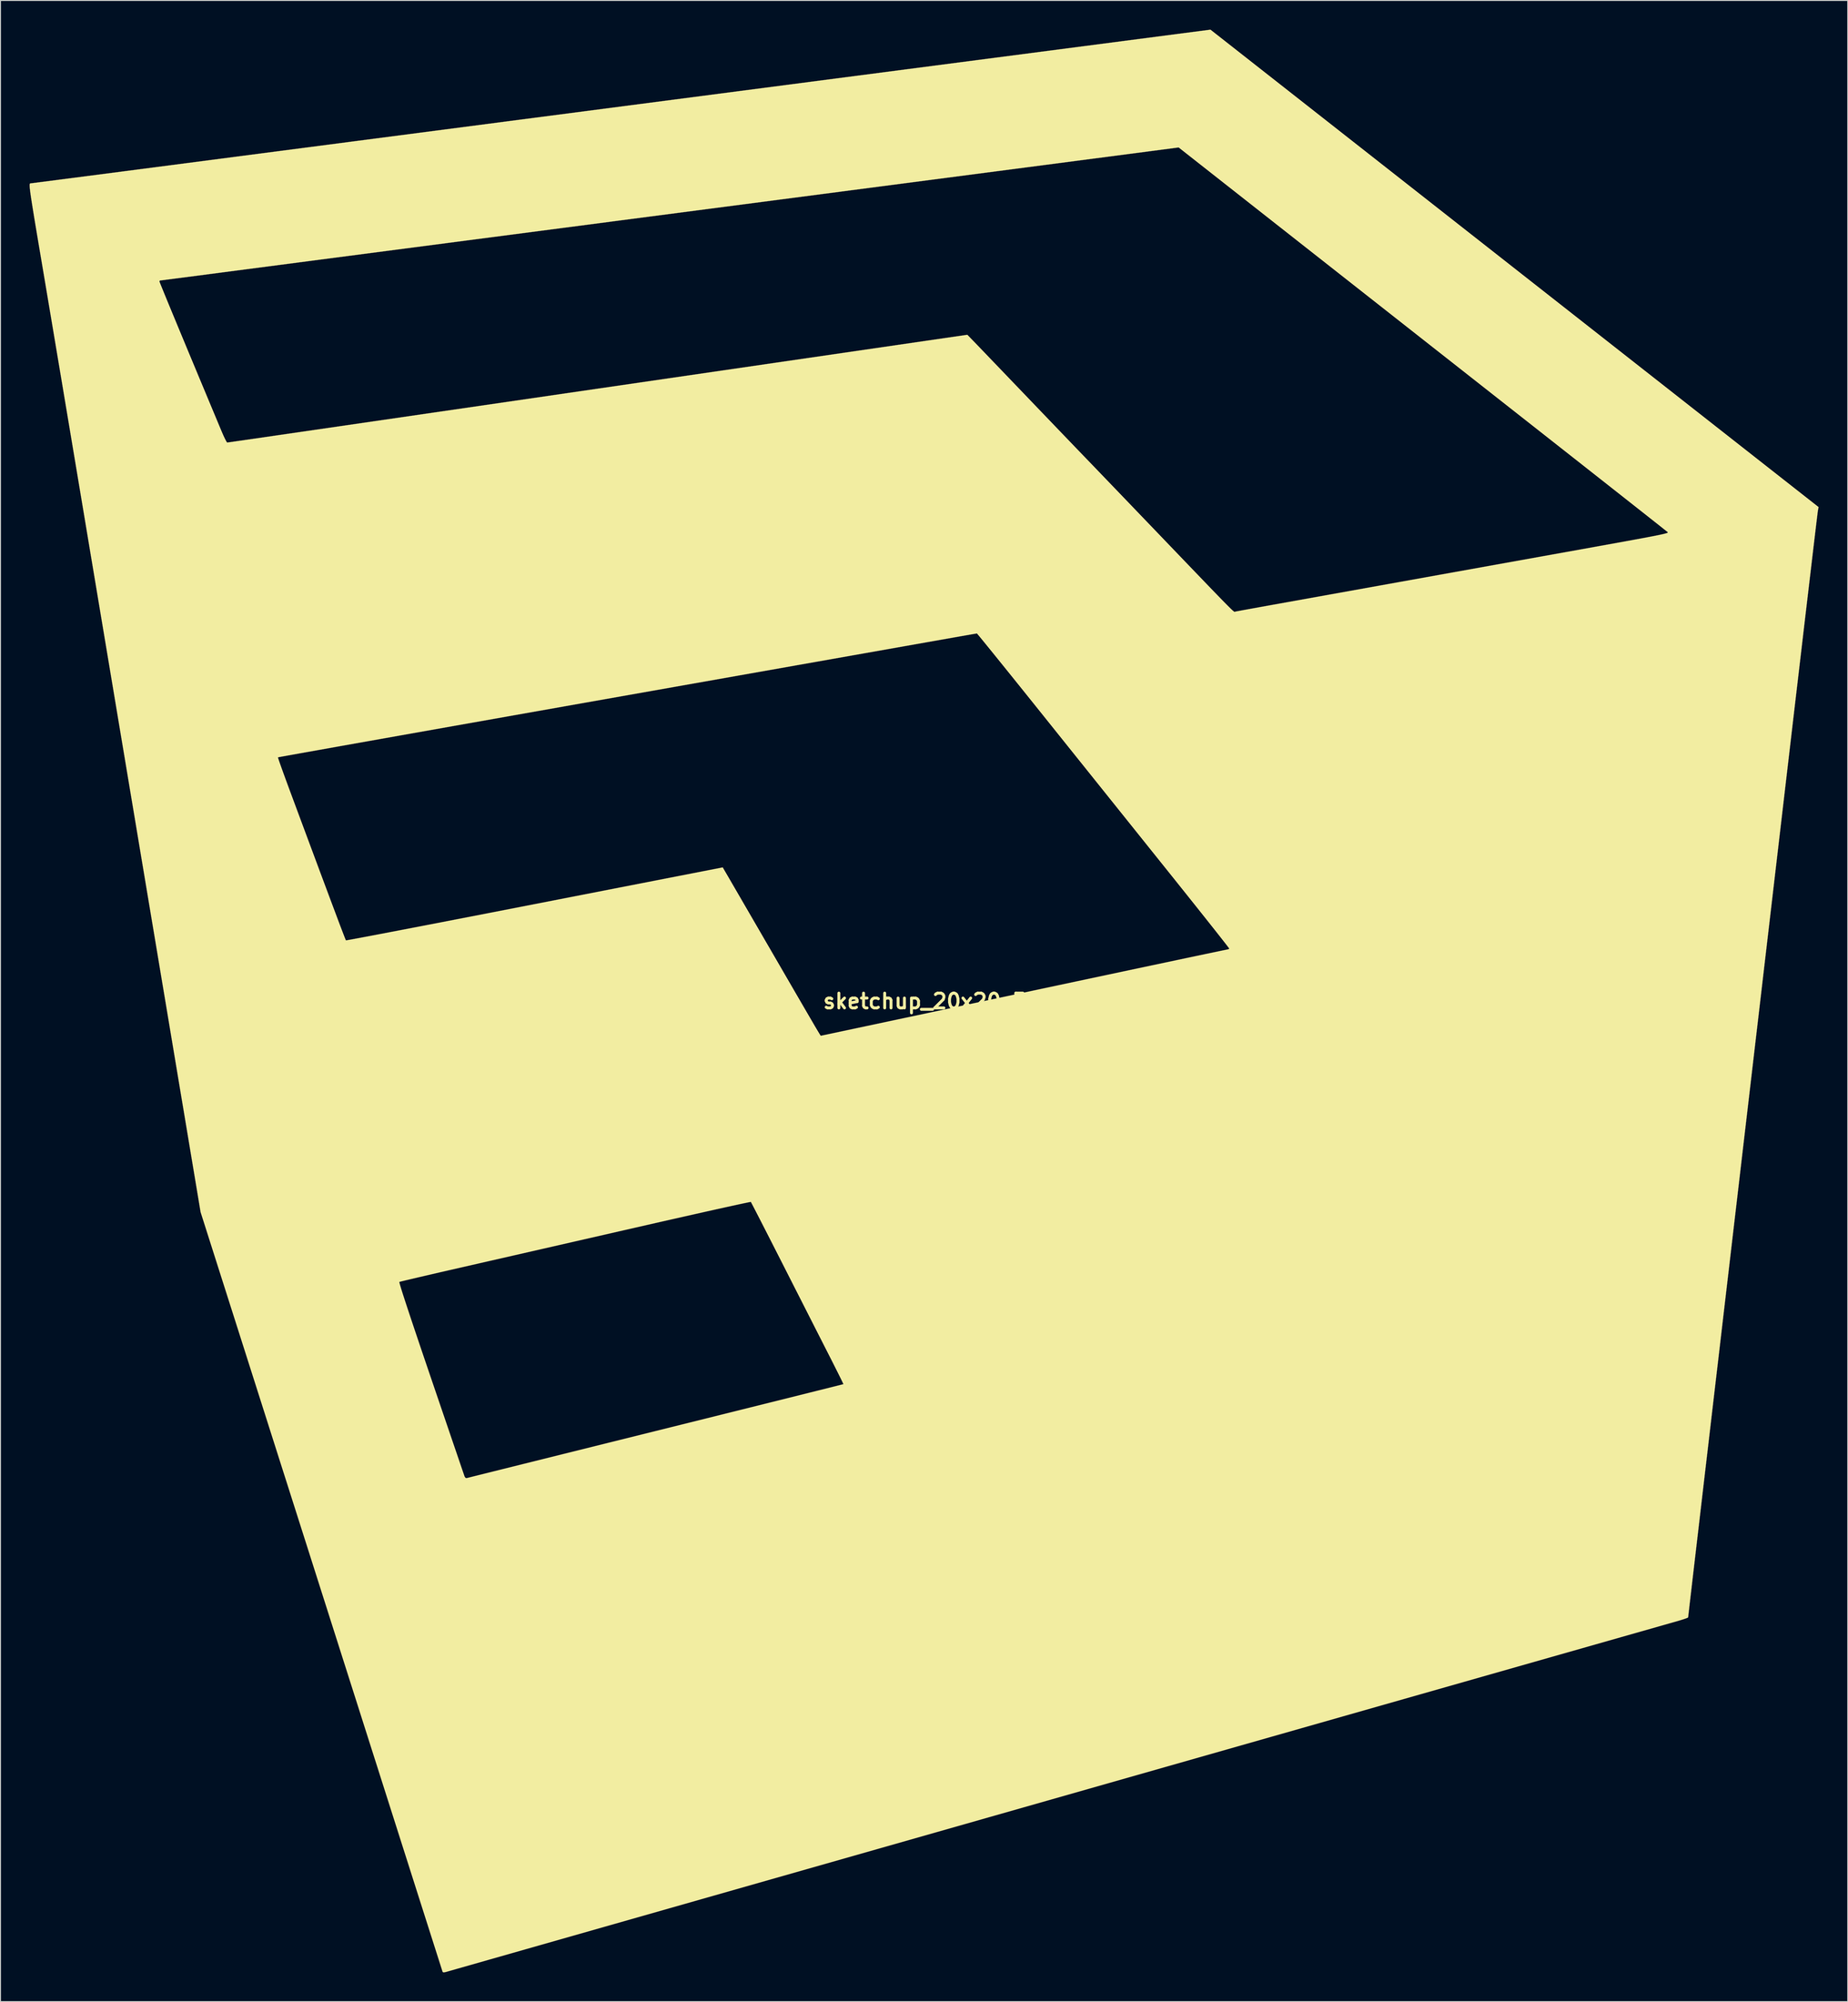
<source format=kicad_pcb>
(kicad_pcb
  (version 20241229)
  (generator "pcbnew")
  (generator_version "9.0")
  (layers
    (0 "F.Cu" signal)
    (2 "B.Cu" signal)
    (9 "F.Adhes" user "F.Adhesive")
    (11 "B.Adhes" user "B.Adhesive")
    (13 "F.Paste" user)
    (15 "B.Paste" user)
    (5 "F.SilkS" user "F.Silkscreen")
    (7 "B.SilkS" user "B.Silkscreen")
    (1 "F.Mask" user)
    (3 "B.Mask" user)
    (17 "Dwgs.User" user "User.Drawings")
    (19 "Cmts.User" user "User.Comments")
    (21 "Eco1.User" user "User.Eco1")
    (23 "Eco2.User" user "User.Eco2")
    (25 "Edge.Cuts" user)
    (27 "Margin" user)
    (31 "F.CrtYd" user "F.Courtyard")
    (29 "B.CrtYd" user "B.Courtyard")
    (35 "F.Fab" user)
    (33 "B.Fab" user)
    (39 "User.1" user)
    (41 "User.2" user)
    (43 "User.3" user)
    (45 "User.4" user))
  (footprint "sketchup_20x20_F"
    (layer "F.Cu")
    (at 92.102 99.983)
    (property "Reference" "sketchup_20x20_F" (at 0 0 0) (layer "F.SilkS") (effects (font (size 1.524 1.524) (thickness 0.3))))
    (attr through_hole)
    (fp_poly (pts (xy 36.138 -94.752) (xy 36.732 -94.286) (xy 37.452 -93.721) (xy 38.291 -93.063) (xy 39.243 -92.316) (xy 40.3 -91.486) (xy 41.457 -90.579) (xy 42.705 -89.599) (xy 44.038 -88.553) (xy 45.45 -87.445) (xy 46.933 -86.281) (xy 48.481 -85.067) (xy 50.086 -83.807) (xy 51.742 -82.508) (xy 53.442 -81.174) (xy 55.178 -79.811) (xy 56.945 -78.425) (xy 58.736 -77.02) (xy 60.542 -75.602) (xy 62.358 -74.177) (xy 64.177 -72.75) (xy 65.659 -71.587) (xy 67.416 -70.208) (xy 69.148 -68.849) (xy 70.85 -67.513) (xy 72.517 -66.206) (xy 74.142 -64.93) (xy 75.722 -63.691) (xy 77.25 -62.492) (xy 78.721 -61.337) (xy 80.13 -60.232) (xy 81.471 -59.179) (xy 82.74 -58.184) (xy 83.93 -57.249) (xy 85.037 -56.381) (xy 86.055 -55.582) (xy 86.979 -54.857) (xy 87.804 -54.21) (xy 88.524 -53.645) (xy 89.133 -53.167) (xy 89.628 -52.779) (xy 90.001 -52.486) (xy 90.248 -52.292) (xy 90.303 -52.249) (xy 92.086 -50.85) (xy 92.015 -50.465) (xy 91.999 -50.352) (xy 91.965 -50.078) (xy 91.913 -49.647) (xy 91.843 -49.067) (xy 91.757 -48.344) (xy 91.654 -47.483) (xy 91.536 -46.491) (xy 91.404 -45.375) (xy 91.258 -44.139) (xy 91.098 -42.791) (xy 90.927 -41.337) (xy 90.743 -39.782) (xy 90.549 -38.134) (xy 90.345 -36.398) (xy 90.131 -34.58) (xy 89.909 -32.687) (xy 89.678 -30.724) (xy 89.44 -28.698) (xy 89.196 -26.616) (xy 88.946 -24.483) (xy 88.691 -22.305) (xy 88.563 -21.209) (xy 88.261 -18.636) (xy 87.943 -15.922) (xy 87.611 -13.083) (xy 87.266 -10.136) (xy 86.91 -7.099) (xy 86.546 -3.99) (xy 86.175 -0.824) (xy 85.8 2.381) (xy 85.422 5.608) (xy 85.043 8.839) (xy 84.666 12.057) (xy 84.292 15.246) (xy 83.924 18.388) (xy 83.564 21.466) (xy 83.212 24.463) (xy 82.873 27.362) (xy 82.546 30.146) (xy 82.236 32.797) (xy 81.942 35.298) (xy 81.919 35.5) (xy 81.666 37.654) (xy 81.419 39.764) (xy 81.177 41.826) (xy 80.942 43.831) (xy 80.715 45.775) (xy 80.495 47.651) (xy 80.284 49.453) (xy 80.083 51.174) (xy 79.891 52.808) (xy 79.711 54.35) (xy 79.542 55.793) (xy 79.386 57.13) (xy 79.243 58.356) (xy 79.113 59.464) (xy 78.999 60.449) (xy 78.899 61.303) (xy 78.815 62.021) (xy 78.749 62.597) (xy 78.699 63.023) (xy 78.668 63.295) (xy 78.656 63.406) (xy 78.655 63.408) (xy 78.578 63.453) (xy 78.364 63.534) (xy 78.04 63.64) (xy 77.632 63.765) (xy 77.279 63.866) (xy 77.082 63.922) (xy 76.729 64.022) (xy 76.227 64.165) (xy 75.584 64.348) (xy 74.805 64.57) (xy 73.899 64.827) (xy 72.871 65.12) (xy 71.731 65.444) (xy 70.483 65.799) (xy 69.135 66.183) (xy 67.695 66.593) (xy 66.169 67.027) (xy 64.564 67.484) (xy 62.888 67.961) (xy 61.146 68.457) (xy 59.347 68.969) (xy 57.498 69.496) (xy 55.604 70.035) (xy 53.674 70.585) (xy 52.874 70.812) (xy 51.201 71.289) (xy 49.374 71.809) (xy 47.404 72.37) (xy 45.3 72.969) (xy 43.072 73.604) (xy 40.73 74.271) (xy 38.282 74.968) (xy 35.74 75.692) (xy 33.111 76.44) (xy 30.408 77.21) (xy 27.638 77.999) (xy 24.811 78.804) (xy 21.938 79.622) (xy 19.027 80.451) (xy 16.09 81.288) (xy 13.134 82.13) (xy 10.17 82.974) (xy 7.208 83.817) (xy 4.257 84.658) (xy 1.327 85.492) (xy -1.572 86.318) (xy -4.431 87.132) (xy -7.241 87.932) (xy -9.567 88.595) (xy -12.095 89.314) (xy -14.583 90.023) (xy -17.025 90.718) (xy -19.417 91.4) (xy -21.755 92.065) (xy -24.032 92.714) (xy -26.244 93.344) (xy -28.386 93.954) (xy -30.453 94.543) (xy -32.44 95.108) (xy -34.341 95.65) (xy -36.153 96.166) (xy -37.869 96.655) (xy -39.485 97.115) (xy -40.997 97.546) (xy -42.398 97.945) (xy -43.683 98.311) (xy -44.849 98.643) (xy -45.89 98.94) (xy -46.8 99.199) (xy -47.576 99.42) (xy -48.211 99.601) (xy -48.701 99.741) (xy -49.041 99.838) (xy -49.226 99.891) (xy -49.259 99.9) (xy -49.471 99.941) (xy -49.569 99.897) (xy -49.577 99.881) (xy -49.606 99.792) (xy -49.684 99.549) (xy -49.808 99.159) (xy -49.978 98.629) (xy -50.189 97.966) (xy -50.441 97.177) (xy -50.73 96.27) (xy -51.055 95.252) (xy -51.413 94.129) (xy -51.802 92.91) (xy -52.22 91.6) (xy -52.663 90.208) (xy -53.131 88.74) (xy -53.621 87.203) (xy -54.13 85.606) (xy -54.656 83.954) (xy -55.198 82.255) (xy -55.576 81.068) (xy -56.198 79.114) (xy -56.867 77.017) (xy -57.575 74.795) (xy -58.316 72.467) (xy -59.086 70.051) (xy -59.878 67.567) (xy -60.686 65.031) (xy -61.504 62.463) (xy -62.327 59.881) (xy -63.148 57.303) (xy -63.962 54.748) (xy -64.763 52.235) (xy -65.545 49.781) (xy -66.303 47.405) (xy -67.029 45.126) (xy -67.719 42.961) (xy -68.016 42.029) (xy -72.206 28.884) (xy -54.038 28.884) (xy -54.029 28.97) (xy -53.966 29.205) (xy -53.85 29.592) (xy -53.68 30.132) (xy -53.456 30.824) (xy -53.178 31.67) (xy -52.845 32.671) (xy -52.458 33.828) (xy -52.015 35.142) (xy -51.517 36.614) (xy -50.963 38.243) (xy -50.761 38.834) (xy -50.336 40.083) (xy -49.924 41.29) (xy -49.53 42.445) (xy -49.158 43.537) (xy -48.81 44.556) (xy -48.49 45.494) (xy -48.201 46.339) (xy -47.947 47.083) (xy -47.731 47.715) (xy -47.557 48.224) (xy -47.427 48.602) (xy -47.346 48.839) (xy -47.317 48.922) (xy -47.208 49.069) (xy -47.096 49.076) (xy -47.001 49.052) (xy -46.749 48.989) (xy -46.348 48.889) (xy -45.804 48.753) (xy -45.124 48.584) (xy -44.316 48.382) (xy -43.388 48.151) (xy -42.346 47.892) (xy -41.198 47.606) (xy -39.95 47.295) (xy -38.611 46.962) (xy -37.187 46.607) (xy -35.686 46.234) (xy -34.115 45.843) (xy -32.481 45.436) (xy -30.791 45.016) (xy -29.053 44.584) (xy -27.644 44.233) (xy -25.874 43.793) (xy -24.148 43.364) (xy -22.473 42.947) (xy -20.856 42.544) (xy -19.303 42.157) (xy -17.823 41.788) (xy -16.422 41.439) (xy -15.108 41.112) (xy -13.888 40.807) (xy -12.769 40.528) (xy -11.758 40.275) (xy -10.862 40.051) (xy -10.089 39.858) (xy -9.446 39.696) (xy -8.94 39.569) (xy -8.578 39.478) (xy -8.367 39.424) (xy -8.312 39.409) (xy -8.343 39.331) (xy -8.443 39.119) (xy -8.604 38.789) (xy -8.818 38.357) (xy -9.077 37.841) (xy -9.372 37.255) (xy -9.695 36.618) (xy -9.766 36.478) (xy -10.043 35.934) (xy -10.388 35.258) (xy -10.79 34.467) (xy -11.24 33.582) (xy -11.729 32.621) (xy -12.247 31.601) (xy -12.785 30.543) (xy -13.334 29.464) (xy -13.883 28.383) (xy -14.424 27.318) (xy -14.515 27.139) (xy -15.01 26.166) (xy -15.483 25.237) (xy -15.929 24.362) (xy -16.343 23.552) (xy -16.718 22.82) (xy -17.049 22.174) (xy -17.33 21.628) (xy -17.556 21.192) (xy -17.721 20.876) (xy -17.819 20.693) (xy -17.845 20.649) (xy -17.933 20.661) (xy -18.177 20.709) (xy -18.568 20.79) (xy -19.096 20.903) (xy -19.752 21.046) (xy -20.526 21.217) (xy -21.411 21.413) (xy -22.395 21.633) (xy -23.471 21.874) (xy -24.628 22.135) (xy -25.858 22.413) (xy -27.151 22.706) (xy -28.499 23.013) (xy -29.845 23.32) (xy -31.366 23.668) (xy -32.924 24.024) (xy -34.501 24.385) (xy -36.083 24.746) (xy -37.652 25.105) (xy -39.19 25.456) (xy -40.683 25.798) (xy -42.113 26.124) (xy -43.464 26.433) (xy -44.718 26.719) (xy -45.86 26.98) (xy -46.873 27.212) (xy -47.74 27.41) (xy -47.863 27.438) (xy -48.852 27.664) (xy -49.793 27.88) (xy -50.674 28.084) (xy -51.481 28.271) (xy -52.201 28.439) (xy -52.821 28.585) (xy -53.328 28.705) (xy -53.709 28.798) (xy -53.95 28.858) (xy -54.038 28.884) (xy -72.206 28.884) (xy -74.495 21.701) (xy -76.071 12.269) (xy -76.322 10.765) (xy -76.596 9.129) (xy -76.887 7.389) (xy -77.19 5.576) (xy -77.5 3.721) (xy -77.812 1.854) (xy -78.121 0.005) (xy -78.423 -1.796) (xy -78.711 -3.518) (xy -78.98 -5.13) (xy -79.206 -6.477) (xy -79.437 -7.858) (xy -79.679 -9.305) (xy -79.934 -10.825) (xy -80.201 -12.422) (xy -80.482 -14.101) (xy -80.777 -15.868) (xy -81.088 -17.727) (xy -81.415 -19.683) (xy -81.76 -21.742) (xy -82.122 -23.908) (xy -82.321 -25.1) (xy -66.538 -25.1) (xy -66.517 -25.015) (xy -66.443 -24.788) (xy -66.322 -24.436) (xy -66.158 -23.976) (xy -65.959 -23.423) (xy -65.73 -22.795) (xy -65.477 -22.109) (xy -65.34 -21.739) (xy -64.604 -19.758) (xy -63.925 -17.932) (xy -63.301 -16.257) (xy -62.732 -14.728) (xy -62.215 -13.341) (xy -61.749 -12.092) (xy -61.332 -10.977) (xy -60.963 -9.991) (xy -60.64 -9.131) (xy -60.363 -8.392) (xy -60.128 -7.77) (xy -59.934 -7.262) (xy -59.781 -6.862) (xy -59.666 -6.566) (xy -59.588 -6.371) (xy -59.546 -6.272) (xy -59.537 -6.258) (xy -59.45 -6.269) (xy -59.204 -6.312) (xy -58.806 -6.384) (xy -58.264 -6.485) (xy -57.585 -6.613) (xy -56.776 -6.766) (xy -55.846 -6.943) (xy -54.8 -7.143) (xy -53.647 -7.364) (xy -52.393 -7.605) (xy -51.046 -7.865) (xy -49.614 -8.141) (xy -48.103 -8.434) (xy -46.521 -8.74) (xy -44.875 -9.06) (xy -43.173 -9.391) (xy -41.422 -9.732) (xy -40.109 -9.988) (xy -20.74 -13.768) (xy -20.244 -12.916) (xy -20.133 -12.725) (xy -19.943 -12.398) (xy -19.681 -11.947) (xy -19.353 -11.383) (xy -18.967 -10.717) (xy -18.527 -9.959) (xy -18.041 -9.122) (xy -17.515 -8.216) (xy -16.956 -7.253) (xy -16.37 -6.242) (xy -15.763 -5.197) (xy -15.327 -4.445) (xy -14.599 -3.191) (xy -13.952 -2.075) (xy -13.38 -1.09) (xy -12.879 -0.227) (xy -12.443 0.522) (xy -12.069 1.165) (xy -11.752 1.71) (xy -11.486 2.165) (xy -11.268 2.539) (xy -11.091 2.838) (xy -10.952 3.073) (xy -10.846 3.249) (xy -10.768 3.377) (xy -10.714 3.463) (xy -10.677 3.516) (xy -10.655 3.543) (xy -10.641 3.554) (xy -10.632 3.556) (xy -10.632 3.556) (xy -10.547 3.539) (xy -10.304 3.487) (xy -9.91 3.404) (xy -9.37 3.29) (xy -8.693 3.146) (xy -7.885 2.975) (xy -6.954 2.777) (xy -5.906 2.554) (xy -4.748 2.308) (xy -3.488 2.04) (xy -2.132 1.752) (xy -0.688 1.445) (xy 0.839 1.12) (xy 2.44 0.78) (xy 4.108 0.425) (xy 5.837 0.057) (xy 7.62 -0.323) (xy 9.45 -0.712) (xy 10.282 -0.889) (xy 12.131 -1.283) (xy 13.938 -1.667) (xy 15.695 -2.04) (xy 17.394 -2.401) (xy 19.03 -2.749) (xy 20.594 -3.081) (xy 22.081 -3.396) (xy 23.482 -3.693) (xy 24.792 -3.97) (xy 26.002 -4.226) (xy 27.106 -4.46) (xy 28.096 -4.669) (xy 28.966 -4.852) (xy 29.709 -5.008) (xy 30.318 -5.135) (xy 30.785 -5.233) (xy 31.103 -5.298) (xy 31.267 -5.331) (xy 31.287 -5.334) (xy 31.398 -5.383) (xy 31.411 -5.423) (xy 31.359 -5.499) (xy 31.208 -5.699) (xy 30.964 -6.014) (xy 30.633 -6.437) (xy 30.223 -6.958) (xy 29.74 -7.569) (xy 29.19 -8.262) (xy 28.581 -9.029) (xy 27.918 -9.861) (xy 27.209 -10.75) (xy 26.46 -11.687) (xy 25.678 -12.665) (xy 25.29 -13.149) (xy 24.385 -14.278) (xy 23.391 -15.518) (xy 22.324 -16.85) (xy 21.2 -18.252) (xy 20.036 -19.704) (xy 18.849 -21.185) (xy 17.655 -22.674) (xy 16.471 -24.152) (xy 15.312 -25.597) (xy 14.196 -26.99) (xy 13.14 -28.308) (xy 12.332 -29.316) (xy 11.49 -30.366) (xy 10.676 -31.38) (xy 9.898 -32.348) (xy 9.161 -33.264) (xy 8.472 -34.119) (xy 7.837 -34.905) (xy 7.262 -35.616) (xy 6.755 -36.242) (xy 6.32 -36.777) (xy 5.964 -37.213) (xy 5.695 -37.541) (xy 5.517 -37.753) (xy 5.437 -37.843) (xy 5.433 -37.846) (xy 5.337 -37.832) (xy 5.096 -37.792) (xy 4.731 -37.729) (xy 4.263 -37.648) (xy 3.715 -37.552) (xy 3.107 -37.445) (xy 2.961 -37.419) (xy 2.706 -37.374) (xy 2.291 -37.3) (xy 1.722 -37.2) (xy 1.004 -37.073) (xy 0.143 -36.921) (xy -0.853 -36.744) (xy -1.98 -36.545) (xy -3.23 -36.324) (xy -4.599 -36.082) (xy -6.079 -35.82) (xy -7.664 -35.54) (xy -9.35 -35.242) (xy -11.128 -34.927) (xy -12.994 -34.598) (xy -14.941 -34.253) (xy -16.963 -33.896) (xy -19.055 -33.526) (xy -21.208 -33.145) (xy -23.419 -32.754) (xy -25.68 -32.355) (xy -27.986 -31.947) (xy -30.33 -31.532) (xy -32.707 -31.112) (xy -32.975 -31.065) (xy -35.33 -30.649) (xy -37.642 -30.239) (xy -39.907 -29.839) (xy -42.118 -29.447) (xy -44.27 -29.066) (xy -46.357 -28.696) (xy -48.374 -28.339) (xy -50.315 -27.995) (xy -52.175 -27.665) (xy -53.947 -27.35) (xy -55.627 -27.052) (xy -57.208 -26.771) (xy -58.686 -26.508) (xy -60.054 -26.265) (xy -61.308 -26.041) (xy -62.441 -25.839) (xy -63.448 -25.659) (xy -64.323 -25.503) (xy -65.061 -25.37) (xy -65.656 -25.263) (xy -66.103 -25.182) (xy -66.396 -25.128) (xy -66.529 -25.102) (xy -66.538 -25.1) (xy -82.321 -25.1) (xy -82.503 -26.186) (xy -82.904 -28.582) (xy -83.325 -31.101) (xy -83.767 -33.747) (xy -84.232 -36.526) (xy -84.72 -39.443) (xy -85.231 -42.502) (xy -85.768 -45.709) (xy -86.329 -49.069) (xy -86.917 -52.587) (xy -87.418 -55.584) (xy -87.694 -57.23) (xy -87.975 -58.912) (xy -88.26 -60.612) (xy -88.546 -62.317) (xy -88.829 -64.01) (xy -89.109 -65.676) (xy -89.382 -67.301) (xy -89.645 -68.868) (xy -89.896 -70.363) (xy -90.133 -71.77) (xy -90.352 -73.074) (xy -90.52 -74.072) (xy -78.74 -74.072) (xy -78.708 -73.98) (xy -78.612 -73.736) (xy -78.454 -73.347) (xy -78.238 -72.817) (xy -77.964 -72.151) (xy -77.635 -71.354) (xy -77.253 -70.431) (xy -76.82 -69.388) (xy -76.339 -68.23) (xy -75.811 -66.96) (xy -75.238 -65.586) (xy -74.623 -64.111) (xy -73.967 -62.541) (xy -73.274 -60.881) (xy -72.544 -59.136) (xy -72.324 -58.611) (xy -72.151 -58.211) (xy -71.992 -57.874) (xy -71.863 -57.628) (xy -71.777 -57.5) (xy -71.758 -57.489) (xy -71.669 -57.501) (xy -71.417 -57.537) (xy -71.009 -57.595) (xy -70.448 -57.676) (xy -69.741 -57.778) (xy -68.894 -57.901) (xy -67.91 -58.043) (xy -66.795 -58.205) (xy -65.556 -58.385) (xy -64.196 -58.582) (xy -62.721 -58.797) (xy -61.137 -59.027) (xy -59.449 -59.272) (xy -57.662 -59.532) (xy -55.781 -59.806) (xy -53.812 -60.092) (xy -51.76 -60.391) (xy -49.63 -60.701) (xy -47.428 -61.021) (xy -45.158 -61.352) (xy -42.827 -61.691) (xy -40.438 -62.039) (xy -37.999 -62.395) (xy -35.513 -62.757) (xy -33.608 -63.035) (xy 4.445 -68.58) (xy 5.04 -67.966) (xy 5.19 -67.812) (xy 5.446 -67.545) (xy 5.801 -67.176) (xy 6.243 -66.717) (xy 6.762 -66.175) (xy 7.35 -65.563) (xy 7.995 -64.891) (xy 8.689 -64.167) (xy 9.421 -63.404) (xy 10.182 -62.611) (xy 10.669 -62.103) (xy 11.455 -61.283) (xy 12.228 -60.477) (xy 12.977 -59.697) (xy 13.691 -58.953) (xy 14.359 -58.257) (xy 14.97 -57.621) (xy 15.513 -57.056) (xy 15.978 -56.573) (xy 16.353 -56.183) (xy 16.627 -55.899) (xy 16.727 -55.795) (xy 16.94 -55.575) (xy 17.26 -55.243) (xy 17.676 -54.811) (xy 18.177 -54.289) (xy 18.754 -53.689) (xy 19.396 -53.021) (xy 20.092 -52.297) (xy 20.832 -51.527) (xy 21.605 -50.721) (xy 22.401 -49.892) (xy 23.074 -49.191) (xy 24.261 -47.955) (xy 25.336 -46.834) (xy 26.305 -45.825) (xy 27.174 -44.92) (xy 27.947 -44.115) (xy 28.632 -43.403) (xy 29.232 -42.779) (xy 29.755 -42.237) (xy 30.205 -41.772) (xy 30.589 -41.377) (xy 30.911 -41.047) (xy 31.178 -40.777) (xy 31.394 -40.561) (xy 31.566 -40.392) (xy 31.7 -40.266) (xy 31.8 -40.176) (xy 31.873 -40.117) (xy 31.924 -40.084) (xy 31.959 -40.069) (xy 31.983 -40.069) (xy 32.002 -40.076) (xy 32.021 -40.086) (xy 32.036 -40.091) (xy 32.154 -40.114) (xy 32.422 -40.164) (xy 32.821 -40.237) (xy 33.334 -40.331) (xy 33.942 -40.441) (xy 34.629 -40.565) (xy 35.377 -40.7) (xy 35.983 -40.809) (xy 36.642 -40.927) (xy 37.448 -41.072) (xy 38.38 -41.239) (xy 39.42 -41.426) (xy 40.546 -41.628) (xy 41.74 -41.843) (xy 42.982 -42.066) (xy 44.251 -42.294) (xy 45.528 -42.524) (xy 46.792 -42.751) (xy 47.71 -42.916) (xy 48.892 -43.129) (xy 50.218 -43.367) (xy 51.665 -43.627) (xy 53.209 -43.905) (xy 54.828 -44.196) (xy 56.499 -44.496) (xy 58.199 -44.802) (xy 59.904 -45.108) (xy 61.592 -45.412) (xy 63.24 -45.708) (xy 64.825 -45.993) (xy 66.188 -46.238) (xy 67.73 -46.515) (xy 69.114 -46.765) (xy 70.348 -46.987) (xy 71.441 -47.185) (xy 72.4 -47.36) (xy 73.235 -47.513) (xy 73.953 -47.646) (xy 74.563 -47.761) (xy 75.074 -47.859) (xy 75.493 -47.942) (xy 75.829 -48.012) (xy 76.091 -48.07) (xy 76.286 -48.119) (xy 76.424 -48.158) (xy 76.513 -48.191) (xy 76.56 -48.219) (xy 76.575 -48.243) (xy 76.565 -48.266) (xy 76.56 -48.272) (xy 76.48 -48.336) (xy 76.273 -48.501) (xy 75.946 -48.761) (xy 75.502 -49.112) (xy 74.949 -49.548) (xy 74.293 -50.066) (xy 73.539 -50.66) (xy 72.693 -51.326) (xy 71.762 -52.06) (xy 70.75 -52.856) (xy 69.665 -53.71) (xy 68.512 -54.617) (xy 67.297 -55.573) (xy 66.025 -56.572) (xy 64.704 -57.611) (xy 63.338 -58.685) (xy 61.934 -59.788) (xy 60.96 -60.553) (xy 59.379 -61.795) (xy 57.747 -63.077) (xy 56.077 -64.389) (xy 54.381 -65.722) (xy 52.669 -67.066) (xy 50.955 -68.413) (xy 49.251 -69.752) (xy 47.567 -71.075) (xy 45.916 -72.372) (xy 44.31 -73.634) (xy 42.761 -74.851) (xy 41.28 -76.015) (xy 39.88 -77.115) (xy 38.572 -78.142) (xy 37.369 -79.088) (xy 36.281 -79.942) (xy 35.856 -80.276) (xy 26.204 -87.861) (xy 21.759 -87.278) (xy 21.213 -87.207) (xy 20.51 -87.115) (xy 19.661 -87.004) (xy 18.678 -86.875) (xy 17.572 -86.731) (xy 16.353 -86.572) (xy 15.034 -86.399) (xy 13.625 -86.215) (xy 12.137 -86.021) (xy 10.581 -85.818) (xy 8.97 -85.607) (xy 7.313 -85.391) (xy 5.622 -85.17) (xy 3.909 -84.946) (xy 2.183 -84.721) (xy 0.804 -84.541) (xy -3.418 -83.99) (xy -7.476 -83.46) (xy -11.373 -82.951) (xy -15.112 -82.463) (xy -18.698 -81.995) (xy -22.132 -81.547) (xy -25.419 -81.118) (xy -28.562 -80.708) (xy -31.565 -80.316) (xy -34.43 -79.941) (xy -37.162 -79.585) (xy -39.764 -79.245) (xy -42.239 -78.922) (xy -44.591 -78.615) (xy -46.823 -78.324) (xy -48.938 -78.048) (xy -50.94 -77.786) (xy -52.833 -77.539) (xy -54.619 -77.306) (xy -56.303 -77.086) (xy -57.887 -76.879) (xy -59.376 -76.685) (xy -60.772 -76.503) (xy -62.079 -76.332) (xy -63.3 -76.172) (xy -64.439 -76.024) (xy -65.499 -75.885) (xy -66.484 -75.757) (xy -67.398 -75.637) (xy -68.242 -75.527) (xy -69.022 -75.425) (xy -69.74 -75.331) (xy -70.399 -75.245) (xy -71.004 -75.166) (xy -71.558 -75.094) (xy -72.064 -75.028) (xy -72.525 -74.967) (xy -72.945 -74.912) (xy -73.328 -74.862) (xy -73.677 -74.817) (xy -73.797 -74.801) (xy -74.683 -74.685) (xy -75.518 -74.576) (xy -76.287 -74.476) (xy -76.976 -74.387) (xy -77.57 -74.31) (xy -78.052 -74.248) (xy -78.409 -74.202) (xy -78.625 -74.175) (xy -78.687 -74.168) (xy -78.737 -74.102) (xy -78.74 -74.072) (xy -90.52 -74.072) (xy -90.552 -74.26) (xy -90.73 -75.313) (xy -90.882 -76.216) (xy -90.908 -76.369) (xy -91.132 -77.692) (xy -91.328 -78.858) (xy -91.499 -79.877) (xy -91.645 -80.758) (xy -91.767 -81.511) (xy -91.868 -82.146) (xy -91.949 -82.672) (xy -92.011 -83.101) (xy -92.055 -83.44) (xy -92.083 -83.7) (xy -92.097 -83.891) (xy -92.097 -84.023) (xy -92.085 -84.105) (xy -92.063 -84.147) (xy -92.032 -84.159) (xy -91.939 -84.169) (xy -91.687 -84.201) (xy -91.282 -84.253) (xy -90.733 -84.323) (xy -90.048 -84.411) (xy -89.234 -84.516) (xy -88.3 -84.637) (xy -87.254 -84.772) (xy -86.102 -84.922) (xy -84.854 -85.083) (xy -83.517 -85.257) (xy -82.099 -85.441) (xy -80.608 -85.635) (xy -79.052 -85.837) (xy -77.439 -86.047) (xy -75.776 -86.264) (xy -74.689 -86.405) (xy -72.702 -86.664) (xy -70.588 -86.94) (xy -68.369 -87.229) (xy -66.066 -87.529) (xy -63.699 -87.837) (xy -61.291 -88.151) (xy -58.863 -88.468) (xy -56.435 -88.784) (xy -54.03 -89.097) (xy -51.668 -89.405) (xy -49.371 -89.704) (xy -47.16 -89.992) (xy -45.057 -90.266) (xy -43.082 -90.524) (xy -41.529 -90.726) (xy -40.033 -90.921) (xy -38.382 -91.136) (xy -36.59 -91.369) (xy -34.671 -91.619) (xy -32.637 -91.884) (xy -30.502 -92.163) (xy -28.28 -92.452) (xy -25.985 -92.751) (xy -23.628 -93.058) (xy -21.224 -93.372) (xy -18.787 -93.689) (xy -16.329 -94.009) (xy -13.864 -94.331) (xy -11.406 -94.651) (xy -8.968 -94.969) (xy -6.563 -95.282) (xy -4.205 -95.589) (xy -1.907 -95.889) (xy -0.635 -96.054) (xy 1.434 -96.324) (xy 3.475 -96.59) (xy 5.48 -96.851) (xy 7.443 -97.107) (xy 9.355 -97.356) (xy 11.21 -97.598) (xy 12.999 -97.831) (xy 14.716 -98.055) (xy 16.353 -98.268) (xy 17.902 -98.47) (xy 19.357 -98.66) (xy 20.709 -98.836) (xy 21.951 -98.998) (xy 23.076 -99.144) (xy 24.076 -99.275) (xy 24.945 -99.388) (xy 25.673 -99.483) (xy 26.255 -99.559) (xy 26.682 -99.614) (xy 26.91 -99.644) (xy 29.478 -99.978) (xy 36.138 -94.752)) (stroke (width 0.01) (type solid)) (fill yes) (layer "F.SilkS")))
  (gr_rect
    (start -3 -3)
    (end 187.193 202.929)
    (stroke (width 0.1) (type default))
    (fill no)
    (layer "Edge.Cuts")))
</source>
